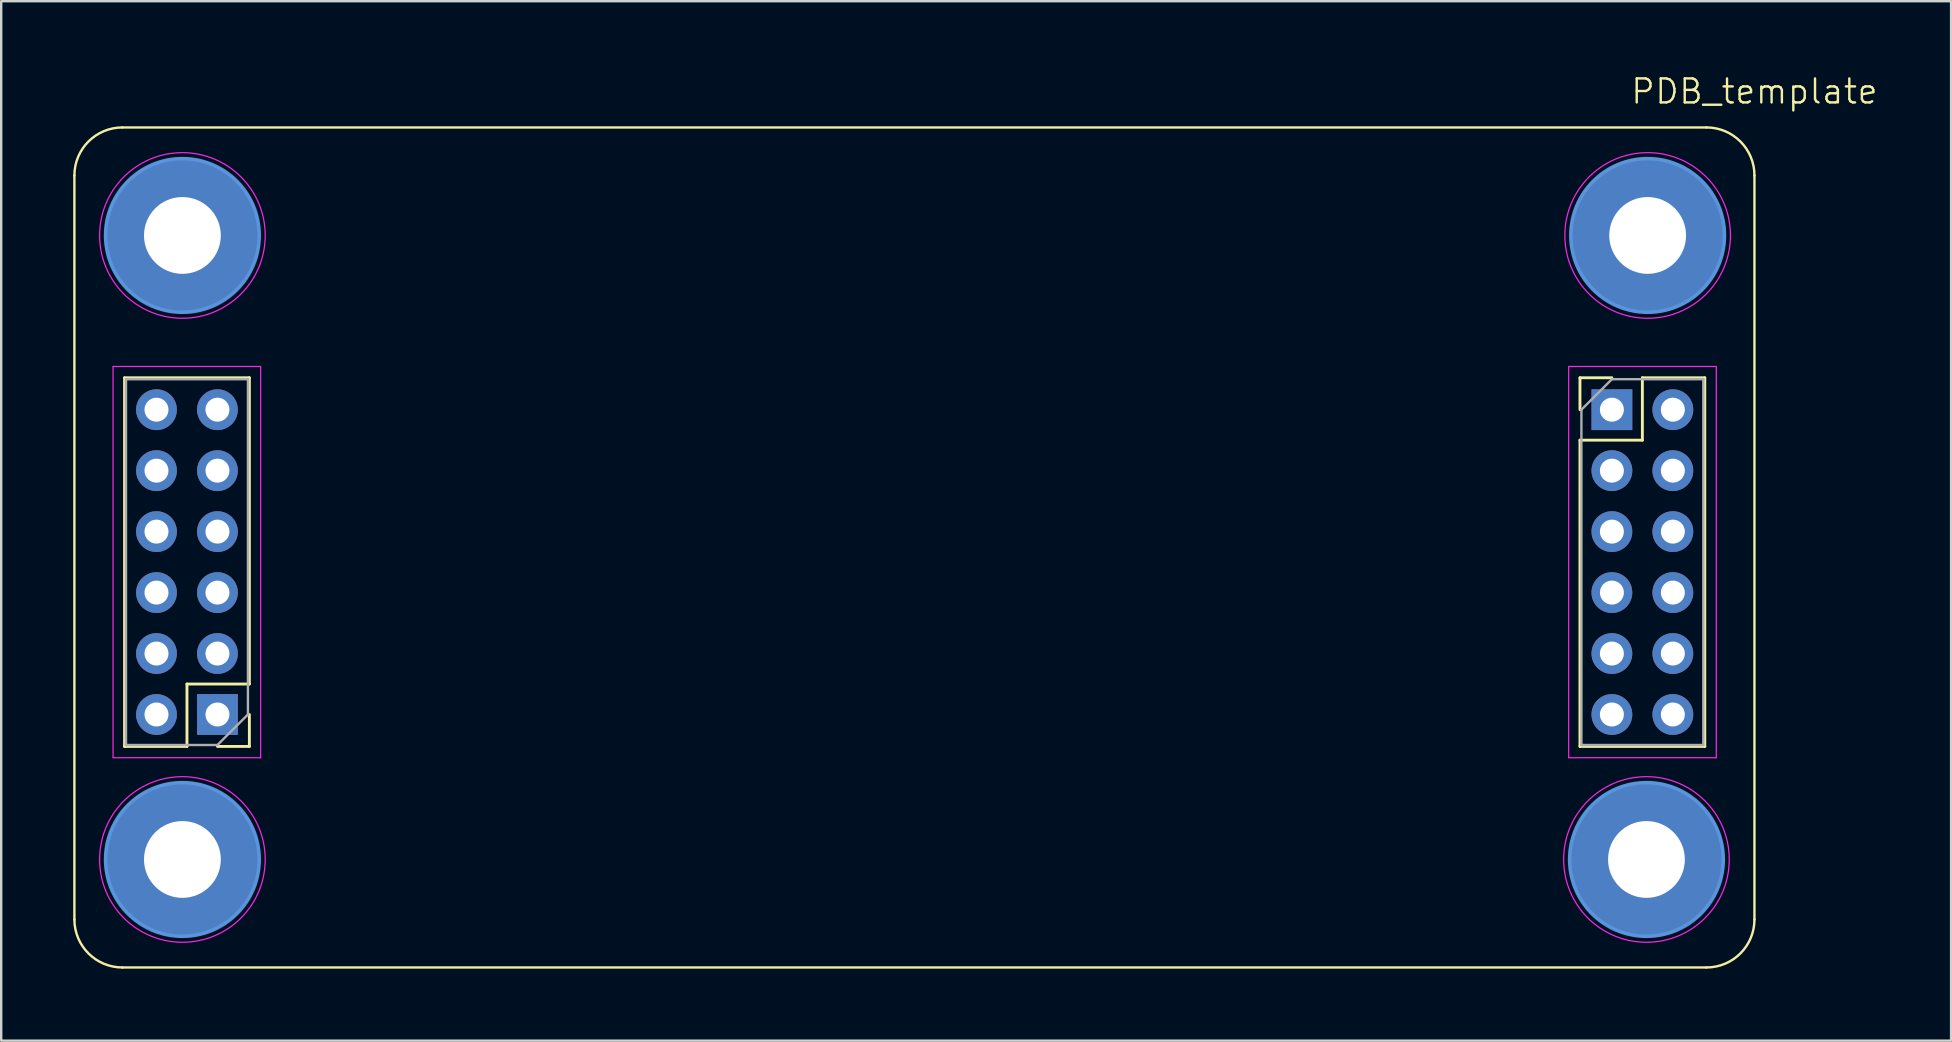
<source format=kicad_pcb>
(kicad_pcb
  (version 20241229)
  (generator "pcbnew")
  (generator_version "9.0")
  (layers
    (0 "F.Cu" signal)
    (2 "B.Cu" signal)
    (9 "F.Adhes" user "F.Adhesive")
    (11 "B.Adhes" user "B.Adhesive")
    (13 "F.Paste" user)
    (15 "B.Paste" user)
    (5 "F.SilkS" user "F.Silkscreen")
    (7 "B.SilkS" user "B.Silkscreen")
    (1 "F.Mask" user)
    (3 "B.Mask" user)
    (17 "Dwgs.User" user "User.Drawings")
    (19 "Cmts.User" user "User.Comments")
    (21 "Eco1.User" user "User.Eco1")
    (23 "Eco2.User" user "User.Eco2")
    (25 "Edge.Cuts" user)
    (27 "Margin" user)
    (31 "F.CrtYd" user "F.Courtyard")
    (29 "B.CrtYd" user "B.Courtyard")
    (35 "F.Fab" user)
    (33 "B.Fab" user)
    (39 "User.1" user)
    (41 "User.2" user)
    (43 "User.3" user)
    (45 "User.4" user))
  (footprint "PDB_template"
    (layer "F.Cu")
    (at 70.05 2.26)
    (property "Reference" "PDB_template" (at 0 -1.5 0) (unlocked yes) (layer "F.SilkS") (effects (font (size 1 1) (thickness 0.1))))
    (attr through_hole)
    (fp_line (start -70 33) (end -70 2) (stroke (width 0.1) (type default)) (layer "F.SilkS"))
    (fp_line (start -68 0) (end -2 0) (stroke (width 0.1) (type default)) (layer "F.SilkS"))
    (fp_line (start -67.91 25.79) (end -67.91 10.43) (stroke (width 0.12) (type solid)) (layer "F.SilkS"))
    (fp_line (start -65.31 23.19) (end -65.31 25.79) (stroke (width 0.12) (type solid)) (layer "F.SilkS"))
    (fp_line (start -65.31 25.79) (end -67.91 25.79) (stroke (width 0.12) (type solid)) (layer "F.SilkS"))
    (fp_line (start -62.71 10.43) (end -67.91 10.43) (stroke (width 0.12) (type solid)) (layer "F.SilkS"))
    (fp_line (start -62.71 23.19) (end -65.31 23.19) (stroke (width 0.12) (type solid)) (layer "F.SilkS"))
    (fp_line (start -62.71 23.19) (end -62.71 10.43) (stroke (width 0.12) (type solid)) (layer "F.SilkS"))
    (fp_line (start -62.71 24.46) (end -62.71 25.79) (stroke (width 0.12) (type solid)) (layer "F.SilkS"))
    (fp_line (start -62.71 25.79) (end -64.04 25.79) (stroke (width 0.12) (type solid)) (layer "F.SilkS"))
    (fp_line (start -7.27 10.43) (end -5.94 10.43) (stroke (width 0.12) (type solid)) (layer "F.SilkS"))
    (fp_line (start -7.27 11.76) (end -7.27 10.43) (stroke (width 0.12) (type solid)) (layer "F.SilkS"))
    (fp_line (start -7.27 13.03) (end -7.27 25.79) (stroke (width 0.12) (type solid)) (layer "F.SilkS"))
    (fp_line (start -7.27 13.03) (end -4.67 13.03) (stroke (width 0.12) (type solid)) (layer "F.SilkS"))
    (fp_line (start -7.27 25.79) (end -2.07 25.79) (stroke (width 0.12) (type solid)) (layer "F.SilkS"))
    (fp_line (start -4.67 10.43) (end -2.07 10.43) (stroke (width 0.12) (type solid)) (layer "F.SilkS"))
    (fp_line (start -4.67 13.03) (end -4.67 10.43) (stroke (width 0.12) (type solid)) (layer "F.SilkS"))
    (fp_line (start -2.07 10.43) (end -2.07 25.79) (stroke (width 0.12) (type solid)) (layer "F.SilkS"))
    (fp_line (start -2 35) (end -68 35) (stroke (width 0.1) (type default)) (layer "F.SilkS"))
    (fp_line (start 0 2) (end 0 33) (stroke (width 0.1) (type default)) (layer "F.SilkS"))
    (fp_arc (start -70 2) (mid -69.414214 0.585786) (end -68 0) (stroke (width 0.1) (type default)) (layer "F.SilkS"))
    (fp_arc (start -68 35) (mid -69.414214 34.414214) (end -70 33) (stroke (width 0.1) (type default)) (layer "F.SilkS"))
    (fp_arc (start -2 0) (mid -0.585786 0.585786) (end 0 2) (stroke (width 0.1) (type default)) (layer "F.SilkS"))
    (fp_arc (start 0 33) (mid -0.585786 34.414214) (end -2 35) (stroke (width 0.1) (type default)) (layer "F.SilkS"))
    (fp_circle (center -65.5 4.5) (end -62.3 4.5) (stroke (width 0.15) (type solid)) (fill no) (layer "Cmts.User"))
    (fp_circle (center -65.5 30.5) (end -62.3 30.5) (stroke (width 0.15) (type solid)) (fill no) (layer "Cmts.User"))
    (fp_circle (center -4.5 30.5) (end -1.3 30.5) (stroke (width 0.15) (type solid)) (fill no) (layer "Cmts.User"))
    (fp_circle (center -4.45 4.5) (end -1.25 4.5) (stroke (width 0.15) (type solid)) (fill no) (layer "Cmts.User"))
    (fp_line (start -68.39 9.96) (end -68.39 26.26) (stroke (width 0.05) (type solid)) (layer "F.CrtYd"))
    (fp_line (start -68.39 26.26) (end -62.24 26.26) (stroke (width 0.05) (type solid)) (layer "F.CrtYd"))
    (fp_line (start -62.24 9.96) (end -68.39 9.96) (stroke (width 0.05) (type solid)) (layer "F.CrtYd"))
    (fp_line (start -62.24 26.26) (end -62.24 9.96) (stroke (width 0.05) (type solid)) (layer "F.CrtYd"))
    (fp_line (start -7.74 9.96) (end -7.74 26.26) (stroke (width 0.05) (type solid)) (layer "F.CrtYd"))
    (fp_line (start -7.74 26.26) (end -1.59 26.26) (stroke (width 0.05) (type solid)) (layer "F.CrtYd"))
    (fp_line (start -1.59 9.96) (end -7.74 9.96) (stroke (width 0.05) (type solid)) (layer "F.CrtYd"))
    (fp_line (start -1.59 26.26) (end -1.59 9.96) (stroke (width 0.05) (type solid)) (layer "F.CrtYd"))
    (fp_circle (center -65.5 4.5) (end -62.05 4.5) (stroke (width 0.05) (type solid)) (fill no) (layer "F.CrtYd"))
    (fp_circle (center -65.5 30.5) (end -62.05 30.5) (stroke (width 0.05) (type solid)) (fill no) (layer "F.CrtYd"))
    (fp_circle (center -4.5 30.5) (end -1.05 30.5) (stroke (width 0.05) (type solid)) (fill no) (layer "F.CrtYd"))
    (fp_circle (center -4.45 4.5) (end -1 4.5) (stroke (width 0.05) (type solid)) (fill no) (layer "F.CrtYd"))
    (fp_line (start -67.85 10.49) (end -62.77 10.49) (stroke (width 0.1) (type solid)) (layer "F.Fab"))
    (fp_line (start -67.85 25.73) (end -67.85 10.49) (stroke (width 0.1) (type solid)) (layer "F.Fab"))
    (fp_line (start -64.04 25.73) (end -67.85 25.73) (stroke (width 0.1) (type solid)) (layer "F.Fab"))
    (fp_line (start -62.77 10.49) (end -62.77 24.46) (stroke (width 0.1) (type solid)) (layer "F.Fab"))
    (fp_line (start -62.77 24.46) (end -64.04 25.73) (stroke (width 0.1) (type solid)) (layer "F.Fab"))
    (fp_line (start -7.21 11.76) (end -5.94 10.49) (stroke (width 0.1) (type solid)) (layer "F.Fab"))
    (fp_line (start -7.21 25.73) (end -7.21 11.76) (stroke (width 0.1) (type solid)) (layer "F.Fab"))
    (fp_line (start -5.94 10.49) (end -2.13 10.49) (stroke (width 0.1) (type solid)) (layer "F.Fab"))
    (fp_line (start -2.13 10.49) (end -2.13 25.73) (stroke (width 0.1) (type solid)) (layer "F.Fab"))
    (fp_line (start -2.13 25.73) (end -7.21 25.73) (stroke (width 0.1) (type solid)) (layer "F.Fab"))
    (pad "1" thru_hole rect (at -5.94 11.76) (size 1.7 1.7) (drill 1) (layers "*.Cu" "*.Mask"))
    (pad "2" thru_hole oval (at -3.4 11.76) (size 1.7 1.7) (drill 1) (layers "*.Cu" "*.Mask"))
    (pad "3" thru_hole oval (at -5.94 14.3) (size 1.7 1.7) (drill 1) (layers "*.Cu" "*.Mask"))
    (pad "4" thru_hole oval (at -3.4 14.3) (size 1.7 1.7) (drill 1) (layers "*.Cu" "*.Mask"))
    (pad "5" thru_hole oval (at -5.94 16.84) (size 1.7 1.7) (drill 1) (layers "*.Cu" "*.Mask"))
    (pad "6" thru_hole oval (at -3.4 16.84) (size 1.7 1.7) (drill 1) (layers "*.Cu" "*.Mask"))
    (pad "7" thru_hole oval (at -5.94 19.38) (size 1.7 1.7) (drill 1) (layers "*.Cu" "*.Mask"))
    (pad "8" thru_hole oval (at -3.4 19.38) (size 1.7 1.7) (drill 1) (layers "*.Cu" "*.Mask"))
    (pad "9" thru_hole oval (at -5.94 21.92) (size 1.7 1.7) (drill 1) (layers "*.Cu" "*.Mask"))
    (pad "10" thru_hole oval (at -3.4 21.92) (size 1.7 1.7) (drill 1) (layers "*.Cu" "*.Mask"))
    (pad "11" thru_hole oval (at -5.94 24.46) (size 1.7 1.7) (drill 1) (layers "*.Cu" "*.Mask"))
    (pad "12" thru_hole oval (at -3.4 24.46) (size 1.7 1.7) (drill 1) (layers "*.Cu" "*.Mask"))
    (pad "13" thru_hole rect (at -64.04 24.46 180) (size 1.7 1.7) (drill 1) (layers "*.Cu" "*.Mask"))
    (pad "14" thru_hole oval (at -66.58 24.46 180) (size 1.7 1.7) (drill 1) (layers "*.Cu" "*.Mask"))
    (pad "15" thru_hole oval (at -64.04 21.92 180) (size 1.7 1.7) (drill 1) (layers "*.Cu" "*.Mask"))
    (pad "16" thru_hole oval (at -66.58 21.92 180) (size 1.7 1.7) (drill 1) (layers "*.Cu" "*.Mask"))
    (pad "17" thru_hole oval (at -64.04 19.38 180) (size 1.7 1.7) (drill 1) (layers "*.Cu" "*.Mask"))
    (pad "18" thru_hole oval (at -66.58 19.38 180) (size 1.7 1.7) (drill 1) (layers "*.Cu" "*.Mask"))
    (pad "19" thru_hole oval (at -64.04 16.84 180) (size 1.7 1.7) (drill 1) (layers "*.Cu" "*.Mask"))
    (pad "20" thru_hole oval (at -66.58 16.84 180) (size 1.7 1.7) (drill 1) (layers "*.Cu" "*.Mask"))
    (pad "21" thru_hole oval (at -64.04 14.3 180) (size 1.7 1.7) (drill 1) (layers "*.Cu" "*.Mask"))
    (pad "22" thru_hole oval (at -66.58 14.3 180) (size 1.7 1.7) (drill 1) (layers "*.Cu" "*.Mask"))
    (pad "23" thru_hole oval (at -64.04 11.76 180) (size 1.7 1.7) (drill 1) (layers "*.Cu" "*.Mask"))
    (pad "24" thru_hole oval (at -66.58 11.76 180) (size 1.7 1.7) (drill 1) (layers "*.Cu" "*.Mask"))
    (pad "25" thru_hole circle (at -65.5 4.5) (size 6.4 6.4) (drill 3.2) (layers "*.Cu" "*.Mask"))
    (pad "26" thru_hole circle (at -4.45 4.5) (size 6.4 6.4) (drill 3.2) (layers "*.Cu" "*.Mask"))
    (pad "27" thru_hole circle (at -4.5 30.5) (size 6.4 6.4) (drill 3.2) (layers "*.Cu" "*.Mask"))
    (pad "28" thru_hole circle (at -65.5 30.5) (size 6.4 6.4) (drill 3.2) (layers "*.Cu" "*.Mask")))
  (gr_rect
    (start -3 -3)
    (end 78.243 40.31)
    (stroke (width 0.1) (type default))
    (fill no)
    (layer "Edge.Cuts")))
</source>
